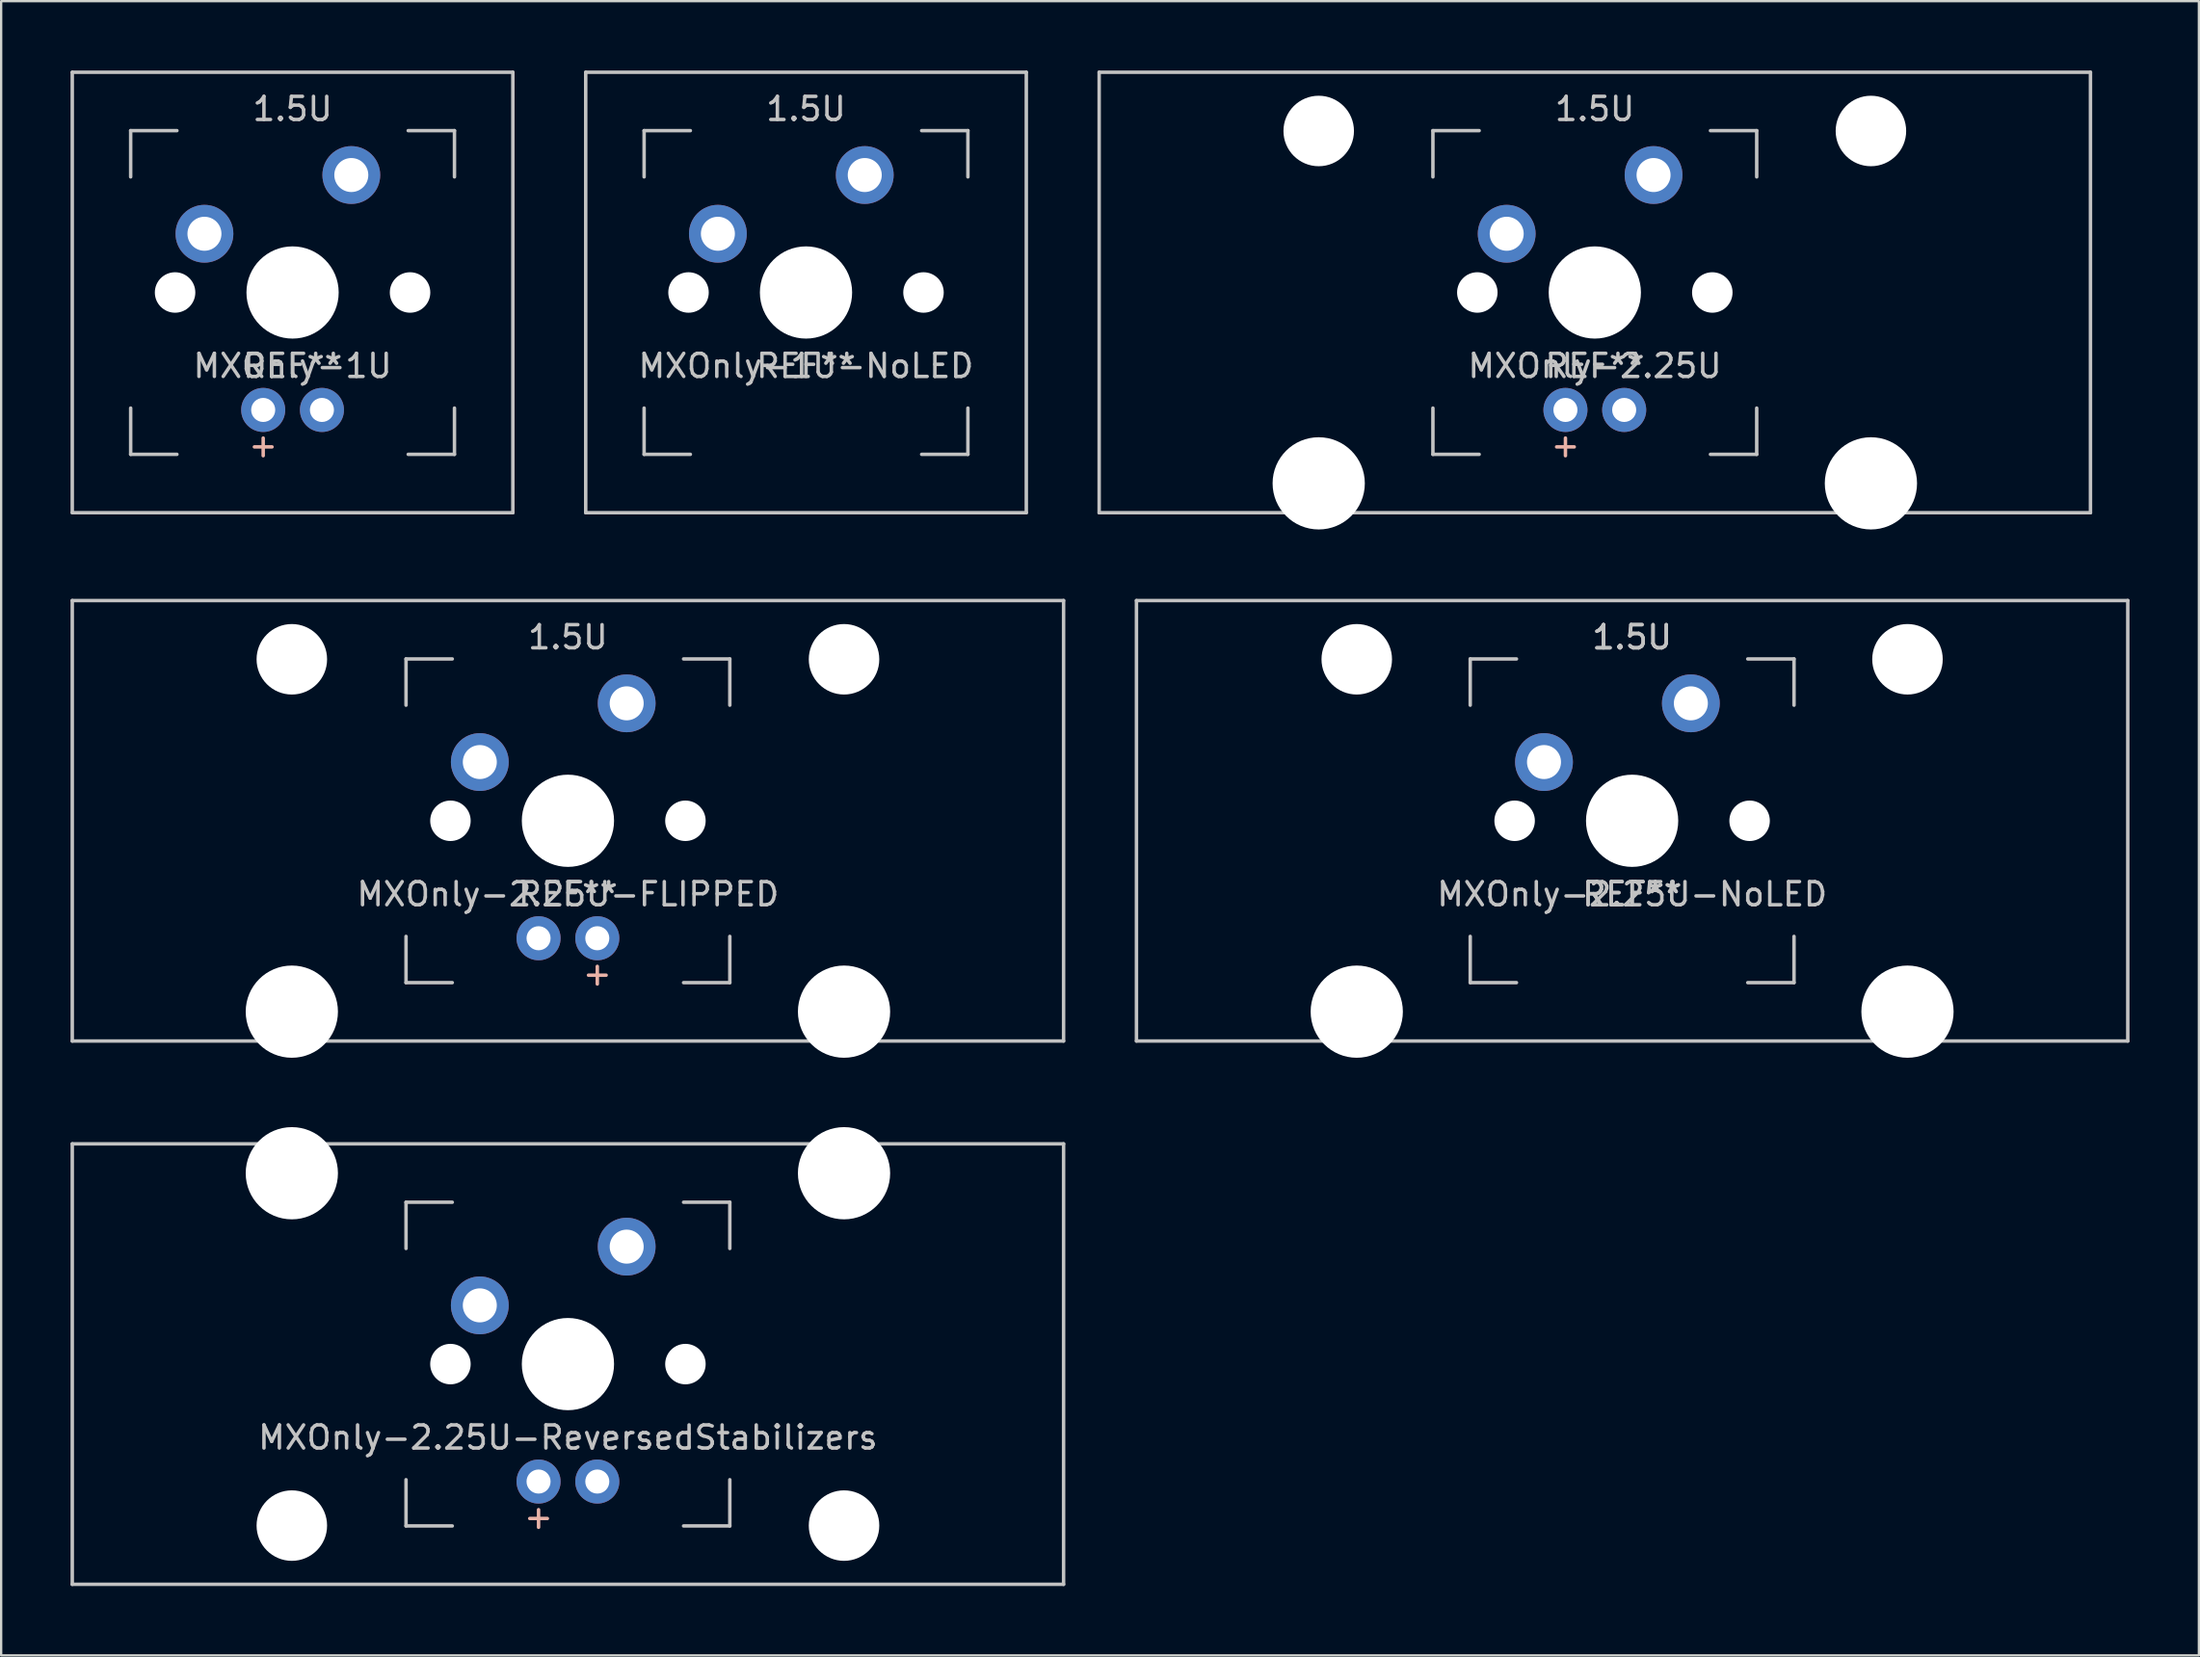
<source format=kicad_pcb>
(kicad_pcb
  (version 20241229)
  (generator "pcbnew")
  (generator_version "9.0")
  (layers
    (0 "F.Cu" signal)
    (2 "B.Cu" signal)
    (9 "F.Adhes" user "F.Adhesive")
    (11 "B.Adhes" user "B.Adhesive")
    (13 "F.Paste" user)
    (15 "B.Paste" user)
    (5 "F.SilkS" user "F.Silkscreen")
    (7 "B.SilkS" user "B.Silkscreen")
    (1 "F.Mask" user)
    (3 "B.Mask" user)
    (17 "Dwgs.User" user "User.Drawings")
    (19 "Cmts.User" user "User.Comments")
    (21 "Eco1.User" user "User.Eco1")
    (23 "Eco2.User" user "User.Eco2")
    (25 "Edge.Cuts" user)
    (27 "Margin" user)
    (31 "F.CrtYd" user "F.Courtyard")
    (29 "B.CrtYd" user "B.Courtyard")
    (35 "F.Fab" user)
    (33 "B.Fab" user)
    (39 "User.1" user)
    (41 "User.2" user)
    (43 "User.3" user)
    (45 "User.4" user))
  (footprint "MXOnly-2.25U-FLIPPED"
    (layer "F.Cu")
    (at 21.506 32.449)
    (property "Reference" "MXOnly-2.25U-FLIPPED" (at 0 3.175 0) (layer "Dwgs.User") (effects (font (size 1 1) (thickness 0.15))))
    (attr through_hole)
    (fp_line (start -21.431 -9.525) (end 21.431 -9.525) (stroke (width 0.15) (type solid)) (layer "Dwgs.User"))
    (fp_line (start -21.431 9.525) (end -21.431 -9.525) (stroke (width 0.15) (type solid)) (layer "Dwgs.User"))
    (fp_line (start -21.431 9.525) (end 21.431 9.525) (stroke (width 0.15) (type solid)) (layer "Dwgs.User"))
    (fp_line (start -7 -7) (end -7 -5) (stroke (width 0.15) (type solid)) (layer "Dwgs.User"))
    (fp_line (start -7 5) (end -7 7) (stroke (width 0.15) (type solid)) (layer "Dwgs.User"))
    (fp_line (start -7 7) (end -5 7) (stroke (width 0.15) (type solid)) (layer "Dwgs.User"))
    (fp_line (start -5 -7) (end -7 -7) (stroke (width 0.15) (type solid)) (layer "Dwgs.User"))
    (fp_line (start 5 -7) (end 7 -7) (stroke (width 0.15) (type solid)) (layer "Dwgs.User"))
    (fp_line (start 5 7) (end 7 7) (stroke (width 0.15) (type solid)) (layer "Dwgs.User"))
    (fp_line (start 7 -7) (end 7 -5) (stroke (width 0.15) (type solid)) (layer "Dwgs.User"))
    (fp_line (start 7 7) (end 7 5) (stroke (width 0.15) (type solid)) (layer "Dwgs.User"))
    (fp_line (start 21.431 -9.525) (end 21.431 9.525) (stroke (width 0.15) (type solid)) (layer "Dwgs.User"))
    (fp_text user "+" (at 1.27 6.604 0) (layer "B.SilkS") (effects (font (size 1 1) (thickness 0.15))))
    (fp_text user "REF**" (at 0 3.175 0) (layer "Dwgs.User") (effects (font (size 1 1) (thickness 0.15))))
    (fp_text user "1.5U" (at 0 -7.938 0) (layer "Dwgs.User") (effects (font (size 1 1) (thickness 0.15))))
    (pad "" np_thru_hole circle (at -11.938 -6.985) (size 3.048 3.048) (drill 3.048) (layers "*.Cu" "*.Mask"))
    (pad "" np_thru_hole circle (at -11.938 8.255) (size 3.988 3.988) (drill 3.988) (layers "*.Cu" "*.Mask"))
    (pad "" np_thru_hole circle (at -5.08 0 48.1) (size 1.75 1.75) (drill 1.75) (layers "*.Cu" "*.Mask"))
    (pad "" np_thru_hole circle (at 0 0) (size 3.988 3.988) (drill 3.988) (layers "*.Cu" "*.Mask"))
    (pad "" np_thru_hole circle (at 5.08 0 48.1) (size 1.75 1.75) (drill 1.75) (layers "*.Cu" "*.Mask"))
    (pad "" np_thru_hole circle (at 11.938 -6.985) (size 3.048 3.048) (drill 3.048) (layers "*.Cu" "*.Mask"))
    (pad "" np_thru_hole circle (at 11.938 8.255) (size 3.988 3.988) (drill 3.988) (layers "*.Cu" "*.Mask"))
    (pad "1" thru_hole circle (at -3.81 -2.54) (size 2.5 2.5) (drill 1.47) (layers "*.Cu" "B.Mask"))
    (pad "2" thru_hole circle (at 2.54 -5.08) (size 2.5 2.5) (drill 1.47) (layers "*.Cu" "B.Mask"))
    (pad "3" thru_hole circle (at 1.27 5.08) (size 1.905 1.905) (drill 1.04) (layers "*.Cu" "B.Mask"))
    (pad "4" thru_hole circle (at -1.27 5.08) (size 1.905 1.905) (drill 1.04) (layers "*.Cu" "B.Mask")))
  (footprint "MXOnly-2.25U-NoLED"
    (layer "F.Cu")
    (at 67.519 32.449)
    (property "Reference" "MXOnly-2.25U-NoLED" (at 0 3.175 0) (layer "Dwgs.User") (effects (font (size 1 1) (thickness 0.15))))
    (attr through_hole)
    (fp_line (start -21.431 -9.525) (end 21.431 -9.525) (stroke (width 0.15) (type solid)) (layer "Dwgs.User"))
    (fp_line (start -21.431 9.525) (end -21.431 -9.525) (stroke (width 0.15) (type solid)) (layer "Dwgs.User"))
    (fp_line (start -21.431 9.525) (end 21.431 9.525) (stroke (width 0.15) (type solid)) (layer "Dwgs.User"))
    (fp_line (start -7 -7) (end -7 -5) (stroke (width 0.15) (type solid)) (layer "Dwgs.User"))
    (fp_line (start -7 5) (end -7 7) (stroke (width 0.15) (type solid)) (layer "Dwgs.User"))
    (fp_line (start -7 7) (end -5 7) (stroke (width 0.15) (type solid)) (layer "Dwgs.User"))
    (fp_line (start -5 -7) (end -7 -7) (stroke (width 0.15) (type solid)) (layer "Dwgs.User"))
    (fp_line (start 5 -7) (end 7 -7) (stroke (width 0.15) (type solid)) (layer "Dwgs.User"))
    (fp_line (start 5 7) (end 7 7) (stroke (width 0.15) (type solid)) (layer "Dwgs.User"))
    (fp_line (start 7 -7) (end 7 -5) (stroke (width 0.15) (type solid)) (layer "Dwgs.User"))
    (fp_line (start 7 7) (end 7 5) (stroke (width 0.15) (type solid)) (layer "Dwgs.User"))
    (fp_line (start 21.431 -9.525) (end 21.431 9.525) (stroke (width 0.15) (type solid)) (layer "Dwgs.User"))
    (fp_text user "1.5U" (at 0 -7.938 0) (layer "Dwgs.User") (effects (font (size 1 1) (thickness 0.15))))
    (fp_text user "REF**" (at 0 3.175 0) (layer "Dwgs.User") (effects (font (size 1 1) (thickness 0.15))))
    (fp_text user "REF**" (at 0 3.175 0) (layer "Dwgs.User") (effects (font (size 1 1) (thickness 0.15))))
    (fp_text user "1.5U" (at 0 -7.938 0) (layer "Dwgs.User") (effects (font (size 1 1) (thickness 0.15))))
    (pad "" np_thru_hole circle (at -11.906 -6.985) (size 3.048 3.048) (drill 3.048) (layers "*.Cu" "*.Mask"))
    (pad "" np_thru_hole circle (at -11.906 8.255) (size 3.988 3.988) (drill 3.988) (layers "*.Cu" "*.Mask"))
    (pad "" np_thru_hole circle (at -5.08 0 48.1) (size 1.75 1.75) (drill 1.75) (layers "*.Cu" "*.Mask"))
    (pad "" np_thru_hole circle (at 0 0) (size 3.988 3.988) (drill 3.988) (layers "*.Cu" "*.Mask"))
    (pad "" np_thru_hole circle (at 5.08 0 48.1) (size 1.75 1.75) (drill 1.75) (layers "*.Cu" "*.Mask"))
    (pad "" np_thru_hole circle (at 11.906 -6.985) (size 3.048 3.048) (drill 3.048) (layers "*.Cu" "*.Mask"))
    (pad "" np_thru_hole circle (at 11.906 8.255) (size 3.988 3.988) (drill 3.988) (layers "*.Cu" "*.Mask"))
    (pad "1" thru_hole circle (at -3.81 -2.54) (size 2.5 2.5) (drill 1.47) (layers "*.Cu" "B.Mask"))
    (pad "2" thru_hole circle (at 2.54 -5.08) (size 2.5 2.5) (drill 1.47) (layers "*.Cu" "B.Mask")))
  (footprint "MXOnly-1U-NoLED"
    (layer "F.Cu")
    (at 31.8 9.6)
    (property "Reference" "MXOnly-1U-NoLED" (at 0 3.175 0) (layer "Dwgs.User") (effects (font (size 1 1) (thickness 0.15))))
    (attr through_hole)
    (fp_line (start -9.525 -9.525) (end 9.525 -9.525) (stroke (width 0.15) (type solid)) (layer "Dwgs.User"))
    (fp_line (start -9.525 9.525) (end -9.525 -9.525) (stroke (width 0.15) (type solid)) (layer "Dwgs.User"))
    (fp_line (start -7 -7) (end -7 -5) (stroke (width 0.15) (type solid)) (layer "Dwgs.User"))
    (fp_line (start -7 5) (end -7 7) (stroke (width 0.15) (type solid)) (layer "Dwgs.User"))
    (fp_line (start -7 7) (end -5 7) (stroke (width 0.15) (type solid)) (layer "Dwgs.User"))
    (fp_line (start -5 -7) (end -7 -7) (stroke (width 0.15) (type solid)) (layer "Dwgs.User"))
    (fp_line (start 5 -7) (end 7 -7) (stroke (width 0.15) (type solid)) (layer "Dwgs.User"))
    (fp_line (start 5 7) (end 7 7) (stroke (width 0.15) (type solid)) (layer "Dwgs.User"))
    (fp_line (start 7 -7) (end 7 -5) (stroke (width 0.15) (type solid)) (layer "Dwgs.User"))
    (fp_line (start 7 7) (end 7 5) (stroke (width 0.15) (type solid)) (layer "Dwgs.User"))
    (fp_line (start 9.525 -9.525) (end 9.525 9.525) (stroke (width 0.15) (type solid)) (layer "Dwgs.User"))
    (fp_line (start 9.525 9.525) (end -9.525 9.525) (stroke (width 0.15) (type solid)) (layer "Dwgs.User"))
    (fp_text user "REF**" (at 0 3.175 0) (layer "Dwgs.User") (effects (font (size 1 1) (thickness 0.15))))
    (fp_text user "1.5U" (at 0 -7.938 0) (layer "Dwgs.User") (effects (font (size 1 1) (thickness 0.15))))
    (pad "" np_thru_hole circle (at -5.08 0 48.1) (size 1.75 1.75) (drill 1.75) (layers "*.Cu" "*.Mask"))
    (pad "" np_thru_hole circle (at 0 0) (size 3.988 3.988) (drill 3.988) (layers "*.Cu" "*.Mask"))
    (pad "" np_thru_hole circle (at 5.08 0 48.1) (size 1.75 1.75) (drill 1.75) (layers "*.Cu" "*.Mask"))
    (pad "1" thru_hole circle (at -3.81 -2.54) (size 2.5 2.5) (drill 1.47) (layers "*.Cu" "B.Mask"))
    (pad "2" thru_hole circle (at 2.54 -5.08) (size 2.5 2.5) (drill 1.47) (layers "*.Cu" "B.Mask")))
  (footprint "MXOnly-1U"
    (layer "F.Cu")
    (at 9.6 9.6)
    (property "Reference" "MXOnly-1U" (at 0 3.175 0) (layer "Dwgs.User") (effects (font (size 1 1) (thickness 0.15))))
    (attr through_hole)
    (fp_line (start -9.525 -9.525) (end 9.525 -9.525) (stroke (width 0.15) (type solid)) (layer "Dwgs.User"))
    (fp_line (start -9.525 9.525) (end -9.525 -9.525) (stroke (width 0.15) (type solid)) (layer "Dwgs.User"))
    (fp_line (start -7 -7) (end -7 -5) (stroke (width 0.15) (type solid)) (layer "Dwgs.User"))
    (fp_line (start -7 5) (end -7 7) (stroke (width 0.15) (type solid)) (layer "Dwgs.User"))
    (fp_line (start -7 7) (end -5 7) (stroke (width 0.15) (type solid)) (layer "Dwgs.User"))
    (fp_line (start -5 -7) (end -7 -7) (stroke (width 0.15) (type solid)) (layer "Dwgs.User"))
    (fp_line (start 5 -7) (end 7 -7) (stroke (width 0.15) (type solid)) (layer "Dwgs.User"))
    (fp_line (start 5 7) (end 7 7) (stroke (width 0.15) (type solid)) (layer "Dwgs.User"))
    (fp_line (start 7 -7) (end 7 -5) (stroke (width 0.15) (type solid)) (layer "Dwgs.User"))
    (fp_line (start 7 7) (end 7 5) (stroke (width 0.15) (type solid)) (layer "Dwgs.User"))
    (fp_line (start 9.525 -9.525) (end 9.525 9.525) (stroke (width 0.15) (type solid)) (layer "Dwgs.User"))
    (fp_line (start 9.525 9.525) (end -9.525 9.525) (stroke (width 0.15) (type solid)) (layer "Dwgs.User"))
    (fp_text user "+" (at -1.27 6.604 0) (layer "B.SilkS") (effects (font (size 1 1) (thickness 0.15))))
    (fp_text user "1.5U" (at 0 -7.938 0) (layer "Dwgs.User") (effects (font (size 1 1) (thickness 0.15))))
    (fp_text user "REF**" (at 0 3.175 0) (layer "Dwgs.User") (effects (font (size 1 1) (thickness 0.15))))
    (pad "" np_thru_hole circle (at -5.08 0 48.1) (size 1.75 1.75) (drill 1.75) (layers "*.Cu" "*.Mask"))
    (pad "" np_thru_hole circle (at 0 0) (size 3.988 3.988) (drill 3.988) (layers "*.Cu" "*.Mask"))
    (pad "" np_thru_hole circle (at 5.08 0 48.1) (size 1.75 1.75) (drill 1.75) (layers "*.Cu" "*.Mask"))
    (pad "1" thru_hole circle (at -3.81 -2.54) (size 2.5 2.5) (drill 1.47) (layers "*.Cu" "B.Mask"))
    (pad "2" thru_hole circle (at 2.54 -5.08) (size 2.5 2.5) (drill 1.47) (layers "*.Cu" "B.Mask"))
    (pad "3" thru_hole circle (at -1.27 5.08) (size 1.905 1.905) (drill 1.04) (layers "*.Cu" "B.Mask"))
    (pad "4" thru_hole circle (at 1.27 5.08) (size 1.905 1.905) (drill 1.04) (layers "*.Cu" "B.Mask")))
  (footprint "MXOnly-2.25U-ReversedStabilizers"
    (layer "F.Cu")
    (at 21.506 55.947)
    (property "Reference" "MXOnly-2.25U-ReversedStabilizers" (at 0 3.175 0) (layer "Dwgs.User") (effects (font (size 1 1) (thickness 0.15))))
    (attr through_hole)
    (fp_line (start -21.431 -9.525) (end 21.431 -9.525) (stroke (width 0.15) (type solid)) (layer "Dwgs.User"))
    (fp_line (start -21.431 9.525) (end -21.431 -9.525) (stroke (width 0.15) (type solid)) (layer "Dwgs.User"))
    (fp_line (start -21.431 9.525) (end 21.431 9.525) (stroke (width 0.15) (type solid)) (layer "Dwgs.User"))
    (fp_line (start -7 -7) (end -7 -5) (stroke (width 0.15) (type solid)) (layer "Dwgs.User"))
    (fp_line (start -7 5) (end -7 7) (stroke (width 0.15) (type solid)) (layer "Dwgs.User"))
    (fp_line (start -7 7) (end -5 7) (stroke (width 0.15) (type solid)) (layer "Dwgs.User"))
    (fp_line (start -5 -7) (end -7 -7) (stroke (width 0.15) (type solid)) (layer "Dwgs.User"))
    (fp_line (start 5 -7) (end 7 -7) (stroke (width 0.15) (type solid)) (layer "Dwgs.User"))
    (fp_line (start 5 7) (end 7 7) (stroke (width 0.15) (type solid)) (layer "Dwgs.User"))
    (fp_line (start 7 -7) (end 7 -5) (stroke (width 0.15) (type solid)) (layer "Dwgs.User"))
    (fp_line (start 7 7) (end 7 5) (stroke (width 0.15) (type solid)) (layer "Dwgs.User"))
    (fp_line (start 21.431 -9.525) (end 21.431 9.525) (stroke (width 0.15) (type solid)) (layer "Dwgs.User"))
    (fp_text user "+" (at -1.27 6.604 0) (layer "B.SilkS") (effects (font (size 1 1) (thickness 0.15))))
    (pad "" np_thru_hole circle (at -11.938 -8.255) (size 3.988 3.988) (drill 3.988) (layers "*.Cu" "*.Mask"))
    (pad "" np_thru_hole circle (at -11.938 6.985) (size 3.048 3.048) (drill 3.048) (layers "*.Cu" "*.Mask"))
    (pad "" np_thru_hole circle (at -5.08 0 48.1) (size 1.75 1.75) (drill 1.75) (layers "*.Cu" "*.Mask"))
    (pad "" np_thru_hole circle (at 0 0) (size 3.988 3.988) (drill 3.988) (layers "*.Cu" "*.Mask"))
    (pad "" np_thru_hole circle (at 5.08 0 48.1) (size 1.75 1.75) (drill 1.75) (layers "*.Cu" "*.Mask"))
    (pad "" np_thru_hole circle (at 11.938 -8.255) (size 3.988 3.988) (drill 3.988) (layers "*.Cu" "*.Mask"))
    (pad "" np_thru_hole circle (at 11.938 6.985) (size 3.048 3.048) (drill 3.048) (layers "*.Cu" "*.Mask"))
    (pad "1" thru_hole circle (at -3.81 -2.54) (size 2.5 2.5) (drill 1.47) (layers "*.Cu" "*.Mask"))
    (pad "2" thru_hole circle (at 2.54 -5.08) (size 2.5 2.5) (drill 1.47) (layers "*.Cu" "*.Mask"))
    (pad "3" thru_hole circle (at -1.27 5.08) (size 1.905 1.905) (drill 1.04) (layers "*.Cu" "*.Mask"))
    (pad "4" thru_hole circle (at 1.27 5.08) (size 1.905 1.905) (drill 1.04) (layers "*.Cu" "*.Mask")))
  (footprint "MXOnly-2.25U"
    (layer "F.Cu")
    (at 65.906 9.6)
    (property "Reference" "MXOnly-2.25U" (at 0 3.175 0) (layer "Dwgs.User") (effects (font (size 1 1) (thickness 0.15))))
    (attr through_hole)
    (fp_line (start -21.431 -9.525) (end 21.431 -9.525) (stroke (width 0.15) (type solid)) (layer "Dwgs.User"))
    (fp_line (start -21.431 9.525) (end -21.431 -9.525) (stroke (width 0.15) (type solid)) (layer "Dwgs.User"))
    (fp_line (start -21.431 9.525) (end 21.431 9.525) (stroke (width 0.15) (type solid)) (layer "Dwgs.User"))
    (fp_line (start -7 -7) (end -7 -5) (stroke (width 0.15) (type solid)) (layer "Dwgs.User"))
    (fp_line (start -7 5) (end -7 7) (stroke (width 0.15) (type solid)) (layer "Dwgs.User"))
    (fp_line (start -7 7) (end -5 7) (stroke (width 0.15) (type solid)) (layer "Dwgs.User"))
    (fp_line (start -5 -7) (end -7 -7) (stroke (width 0.15) (type solid)) (layer "Dwgs.User"))
    (fp_line (start 5 -7) (end 7 -7) (stroke (width 0.15) (type solid)) (layer "Dwgs.User"))
    (fp_line (start 5 7) (end 7 7) (stroke (width 0.15) (type solid)) (layer "Dwgs.User"))
    (fp_line (start 7 -7) (end 7 -5) (stroke (width 0.15) (type solid)) (layer "Dwgs.User"))
    (fp_line (start 7 7) (end 7 5) (stroke (width 0.15) (type solid)) (layer "Dwgs.User"))
    (fp_line (start 21.431 -9.525) (end 21.431 9.525) (stroke (width 0.15) (type solid)) (layer "Dwgs.User"))
    (fp_text user "+" (at -1.27 6.604 0) (layer "B.SilkS") (effects (font (size 1 1) (thickness 0.15))))
    (fp_text user "REF**" (at 0 3.175 0) (layer "Dwgs.User") (effects (font (size 1 1) (thickness 0.15))))
    (fp_text user "1.5U" (at 0 -7.938 0) (layer "Dwgs.User") (effects (font (size 1 1) (thickness 0.15))))
    (pad "" np_thru_hole circle (at -11.938 -6.985) (size 3.048 3.048) (drill 3.048) (layers "*.Cu" "*.Mask"))
    (pad "" np_thru_hole circle (at -11.938 8.255) (size 3.988 3.988) (drill 3.988) (layers "*.Cu" "*.Mask"))
    (pad "" np_thru_hole circle (at -5.08 0 48.1) (size 1.75 1.75) (drill 1.75) (layers "*.Cu" "*.Mask"))
    (pad "" np_thru_hole circle (at 0 0) (size 3.988 3.988) (drill 3.988) (layers "*.Cu" "*.Mask"))
    (pad "" np_thru_hole circle (at 5.08 0 48.1) (size 1.75 1.75) (drill 1.75) (layers "*.Cu" "*.Mask"))
    (pad "" np_thru_hole circle (at 11.938 -6.985) (size 3.048 3.048) (drill 3.048) (layers "*.Cu" "*.Mask"))
    (pad "" np_thru_hole circle (at 11.938 8.255) (size 3.988 3.988) (drill 3.988) (layers "*.Cu" "*.Mask"))
    (pad "1" thru_hole circle (at -3.81 -2.54) (size 2.5 2.5) (drill 1.47) (layers "*.Cu" "B.Mask"))
    (pad "2" thru_hole circle (at 2.54 -5.08) (size 2.5 2.5) (drill 1.47) (layers "*.Cu" "B.Mask"))
    (pad "3" thru_hole circle (at -1.27 5.08) (size 1.905 1.905) (drill 1.04) (layers "*.Cu" "B.Mask"))
    (pad "4" thru_hole circle (at 1.27 5.08) (size 1.905 1.905) (drill 1.04) (layers "*.Cu" "B.Mask")))
  (gr_rect
    (start -3 -3)
    (end 92.025 68.547)
    (stroke (width 0.1) (type default))
    (fill no)
    (layer "Edge.Cuts")))
</source>
